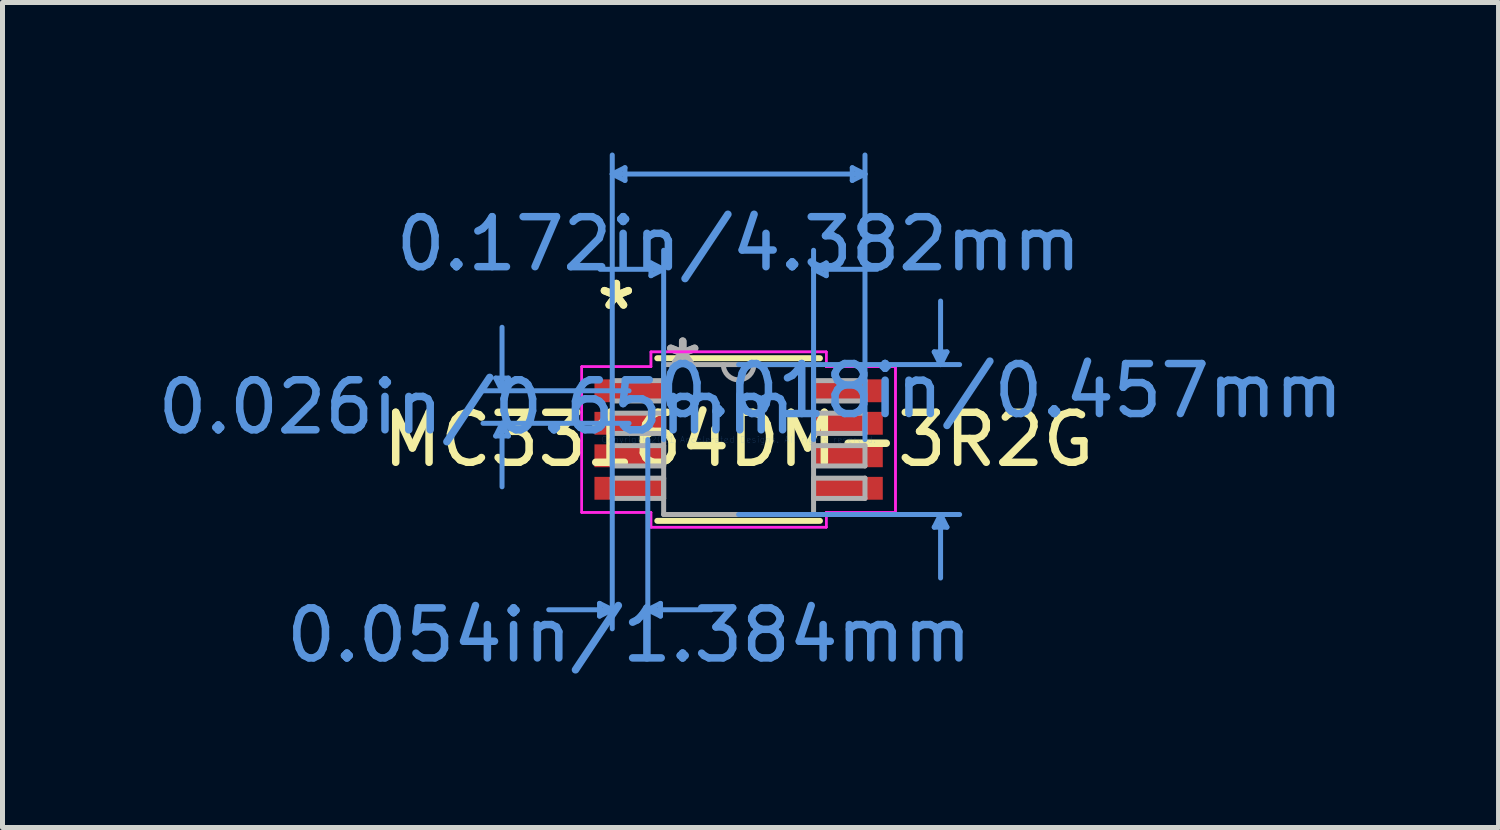
<source format=kicad_pcb>
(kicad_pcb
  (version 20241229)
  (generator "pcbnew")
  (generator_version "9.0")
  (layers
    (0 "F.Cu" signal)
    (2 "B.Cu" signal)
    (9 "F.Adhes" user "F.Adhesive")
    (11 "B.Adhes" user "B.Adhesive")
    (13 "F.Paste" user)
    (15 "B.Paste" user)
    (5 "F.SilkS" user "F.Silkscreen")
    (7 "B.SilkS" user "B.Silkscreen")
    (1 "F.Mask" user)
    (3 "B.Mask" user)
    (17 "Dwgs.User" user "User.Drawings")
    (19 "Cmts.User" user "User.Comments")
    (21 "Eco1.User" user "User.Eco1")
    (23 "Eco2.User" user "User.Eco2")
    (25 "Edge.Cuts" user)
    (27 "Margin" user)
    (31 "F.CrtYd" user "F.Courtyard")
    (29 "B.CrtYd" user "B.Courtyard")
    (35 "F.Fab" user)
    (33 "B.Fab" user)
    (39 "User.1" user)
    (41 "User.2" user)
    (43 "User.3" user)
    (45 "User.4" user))
  (footprint "MC33164DM-3R2G"
    (layer "F.Cu")
    (at 11.721 5.74)
    (property "Reference" "MC33164DM-3R2G" (at 0 0 0) (layer "F.SilkS") (effects (font (size 1 1) (thickness 0.15))))
    (attr through_hole)
    (fp_line (start -1.626 1.626) (end 1.626 1.626) (stroke (width 0.12) (type solid)) (layer "F.SilkS"))
    (fp_line (start 1.626 -1.626) (end -1.626 -1.626) (stroke (width 0.12) (type solid)) (layer "F.SilkS"))
    (fp_line (start -4.858 -1.229) (end -4.604 -1.229) (stroke (width 0.1) (type solid)) (layer "Cmts.User"))
    (fp_line (start -4.858 -0.071) (end -4.604 -0.071) (stroke (width 0.1) (type solid)) (layer "Cmts.User"))
    (fp_line (start -4.731 -0.975) (end -4.858 -1.229) (stroke (width 0.1) (type solid)) (layer "Cmts.User"))
    (fp_line (start -4.731 -0.975) (end -4.731 -2.245) (stroke (width 0.1) (type solid)) (layer "Cmts.User"))
    (fp_line (start -4.731 -0.975) (end -4.604 -1.229) (stroke (width 0.1) (type solid)) (layer "Cmts.User"))
    (fp_line (start -4.731 -0.325) (end -4.858 -0.071) (stroke (width 0.1) (type solid)) (layer "Cmts.User"))
    (fp_line (start -4.731 -0.325) (end -4.731 0.945) (stroke (width 0.1) (type solid)) (layer "Cmts.User"))
    (fp_line (start -4.731 -0.325) (end -4.604 -0.071) (stroke (width 0.1) (type solid)) (layer "Cmts.User"))
    (fp_line (start -2.781 3.277) (end -2.781 3.531) (stroke (width 0.1) (type solid)) (layer "Cmts.User"))
    (fp_line (start -2.527 -5.309) (end -2.273 -5.436) (stroke (width 0.1) (type solid)) (layer "Cmts.User"))
    (fp_line (start -2.527 -5.309) (end -2.273 -5.182) (stroke (width 0.1) (type solid)) (layer "Cmts.User"))
    (fp_line (start -2.527 -5.309) (end 2.527 -5.309) (stroke (width 0.1) (type solid)) (layer "Cmts.User"))
    (fp_line (start -2.527 0) (end -2.527 -5.69) (stroke (width 0.1) (type solid)) (layer "Cmts.User"))
    (fp_line (start -2.527 0) (end -2.527 3.785) (stroke (width 0.1) (type solid)) (layer "Cmts.User"))
    (fp_line (start -2.527 3.404) (end -3.797 3.404) (stroke (width 0.1) (type solid)) (layer "Cmts.User"))
    (fp_line (start -2.527 3.404) (end -2.781 3.277) (stroke (width 0.1) (type solid)) (layer "Cmts.User"))
    (fp_line (start -2.527 3.404) (end -2.781 3.531) (stroke (width 0.1) (type solid)) (layer "Cmts.User"))
    (fp_line (start -2.273 -5.436) (end -2.273 -5.182) (stroke (width 0.1) (type solid)) (layer "Cmts.User"))
    (fp_line (start -2.191 -0.975) (end -5.112 -0.975) (stroke (width 0.1) (type solid)) (layer "Cmts.User"))
    (fp_line (start -2.191 -0.325) (end -5.112 -0.325) (stroke (width 0.1) (type solid)) (layer "Cmts.User"))
    (fp_line (start -1.816 0) (end -1.816 3.785) (stroke (width 0.1) (type solid)) (layer "Cmts.User"))
    (fp_line (start -1.816 3.404) (end -1.562 3.277) (stroke (width 0.1) (type solid)) (layer "Cmts.User"))
    (fp_line (start -1.816 3.404) (end -1.562 3.531) (stroke (width 0.1) (type solid)) (layer "Cmts.User"))
    (fp_line (start -1.816 3.404) (end -0.546 3.404) (stroke (width 0.1) (type solid)) (layer "Cmts.User"))
    (fp_line (start -1.753 -3.531) (end -1.753 -3.277) (stroke (width 0.1) (type solid)) (layer "Cmts.User"))
    (fp_line (start -1.562 3.277) (end -1.562 3.531) (stroke (width 0.1) (type solid)) (layer "Cmts.User"))
    (fp_line (start -1.499 -3.404) (end -2.769 -3.404) (stroke (width 0.1) (type solid)) (layer "Cmts.User"))
    (fp_line (start -1.499 -3.404) (end -1.753 -3.531) (stroke (width 0.1) (type solid)) (layer "Cmts.User"))
    (fp_line (start -1.499 -3.404) (end -1.753 -3.277) (stroke (width 0.1) (type solid)) (layer "Cmts.User"))
    (fp_line (start -1.499 0) (end -1.499 -3.785) (stroke (width 0.1) (type solid)) (layer "Cmts.User"))
    (fp_line (start 0 -1.499) (end 4.42 -1.499) (stroke (width 0.1) (type solid)) (layer "Cmts.User"))
    (fp_line (start 0 1.499) (end 4.42 1.499) (stroke (width 0.1) (type solid)) (layer "Cmts.User"))
    (fp_line (start 1.499 -3.404) (end 1.753 -3.531) (stroke (width 0.1) (type solid)) (layer "Cmts.User"))
    (fp_line (start 1.499 -3.404) (end 1.753 -3.277) (stroke (width 0.1) (type solid)) (layer "Cmts.User"))
    (fp_line (start 1.499 -3.404) (end 2.769 -3.404) (stroke (width 0.1) (type solid)) (layer "Cmts.User"))
    (fp_line (start 1.499 0) (end 1.499 -3.785) (stroke (width 0.1) (type solid)) (layer "Cmts.User"))
    (fp_line (start 1.753 -3.531) (end 1.753 -3.277) (stroke (width 0.1) (type solid)) (layer "Cmts.User"))
    (fp_line (start 2.273 -5.436) (end 2.273 -5.182) (stroke (width 0.1) (type solid)) (layer "Cmts.User"))
    (fp_line (start 2.527 -5.309) (end 2.273 -5.436) (stroke (width 0.1) (type solid)) (layer "Cmts.User"))
    (fp_line (start 2.527 -5.309) (end 2.273 -5.182) (stroke (width 0.1) (type solid)) (layer "Cmts.User"))
    (fp_line (start 2.527 0) (end 2.527 -5.69) (stroke (width 0.1) (type solid)) (layer "Cmts.User"))
    (fp_line (start 3.912 -1.753) (end 4.166 -1.753) (stroke (width 0.1) (type solid)) (layer "Cmts.User"))
    (fp_line (start 3.912 1.753) (end 4.166 1.753) (stroke (width 0.1) (type solid)) (layer "Cmts.User"))
    (fp_line (start 4.039 -1.499) (end 3.912 -1.753) (stroke (width 0.1) (type solid)) (layer "Cmts.User"))
    (fp_line (start 4.039 -1.499) (end 4.039 -2.769) (stroke (width 0.1) (type solid)) (layer "Cmts.User"))
    (fp_line (start 4.039 -1.499) (end 4.166 -1.753) (stroke (width 0.1) (type solid)) (layer "Cmts.User"))
    (fp_line (start 4.039 1.499) (end 3.912 1.753) (stroke (width 0.1) (type solid)) (layer "Cmts.User"))
    (fp_line (start 4.039 1.499) (end 4.039 2.769) (stroke (width 0.1) (type solid)) (layer "Cmts.User"))
    (fp_line (start 4.039 1.499) (end 4.166 1.753) (stroke (width 0.1) (type solid)) (layer "Cmts.User"))
    (fp_line (start -3.137 -1.458) (end -1.753 -1.458) (stroke (width 0.05) (type solid)) (layer "F.CrtYd"))
    (fp_line (start -3.137 -1.458) (end -1.753 -1.458) (stroke (width 0.05) (type solid)) (layer "F.CrtYd"))
    (fp_line (start -3.137 1.458) (end -3.137 -1.458) (stroke (width 0.05) (type solid)) (layer "F.CrtYd"))
    (fp_line (start -3.137 1.458) (end -3.137 -1.458) (stroke (width 0.05) (type solid)) (layer "F.CrtYd"))
    (fp_line (start -3.137 1.458) (end -1.753 1.458) (stroke (width 0.05) (type solid)) (layer "F.CrtYd"))
    (fp_line (start -1.753 -1.753) (end 1.753 -1.753) (stroke (width 0.05) (type solid)) (layer "F.CrtYd"))
    (fp_line (start -1.753 -1.753) (end 1.753 -1.753) (stroke (width 0.05) (type solid)) (layer "F.CrtYd"))
    (fp_line (start -1.753 -1.458) (end -1.753 -1.753) (stroke (width 0.05) (type solid)) (layer "F.CrtYd"))
    (fp_line (start -1.753 -1.458) (end -1.753 -1.753) (stroke (width 0.05) (type solid)) (layer "F.CrtYd"))
    (fp_line (start -1.753 1.458) (end -3.137 1.458) (stroke (width 0.05) (type solid)) (layer "F.CrtYd"))
    (fp_line (start -1.753 1.753) (end -1.753 1.458) (stroke (width 0.05) (type solid)) (layer "F.CrtYd"))
    (fp_line (start -1.753 1.753) (end -1.753 1.458) (stroke (width 0.05) (type solid)) (layer "F.CrtYd"))
    (fp_line (start 1.753 -1.753) (end 1.753 -1.458) (stroke (width 0.05) (type solid)) (layer "F.CrtYd"))
    (fp_line (start 1.753 -1.753) (end 1.753 -1.458) (stroke (width 0.05) (type solid)) (layer "F.CrtYd"))
    (fp_line (start 1.753 -1.458) (end 3.137 -1.458) (stroke (width 0.05) (type solid)) (layer "F.CrtYd"))
    (fp_line (start 1.753 1.458) (end 1.753 1.753) (stroke (width 0.05) (type solid)) (layer "F.CrtYd"))
    (fp_line (start 1.753 1.458) (end 1.753 1.753) (stroke (width 0.05) (type solid)) (layer "F.CrtYd"))
    (fp_line (start 1.753 1.753) (end -1.753 1.753) (stroke (width 0.05) (type solid)) (layer "F.CrtYd"))
    (fp_line (start 1.753 1.753) (end -1.753 1.753) (stroke (width 0.05) (type solid)) (layer "F.CrtYd"))
    (fp_line (start 3.137 -1.458) (end 1.753 -1.458) (stroke (width 0.05) (type solid)) (layer "F.CrtYd"))
    (fp_line (start 3.137 -1.458) (end 3.137 1.458) (stroke (width 0.05) (type solid)) (layer "F.CrtYd"))
    (fp_line (start 3.137 -1.458) (end 3.137 1.458) (stroke (width 0.05) (type solid)) (layer "F.CrtYd"))
    (fp_line (start 3.137 1.458) (end 1.753 1.458) (stroke (width 0.05) (type solid)) (layer "F.CrtYd"))
    (fp_line (start 3.137 1.458) (end 1.753 1.458) (stroke (width 0.05) (type solid)) (layer "F.CrtYd"))
    (fp_line (start -2.527 -1.178) (end -2.527 -0.772) (stroke (width 0.1) (type solid)) (layer "F.Fab"))
    (fp_line (start -2.527 -0.772) (end -1.499 -0.772) (stroke (width 0.1) (type solid)) (layer "F.Fab"))
    (fp_line (start -2.527 -0.528) (end -2.527 -0.122) (stroke (width 0.1) (type solid)) (layer "F.Fab"))
    (fp_line (start -2.527 -0.122) (end -1.499 -0.122) (stroke (width 0.1) (type solid)) (layer "F.Fab"))
    (fp_line (start -2.527 0.122) (end -2.527 0.528) (stroke (width 0.1) (type solid)) (layer "F.Fab"))
    (fp_line (start -2.527 0.528) (end -1.499 0.528) (stroke (width 0.1) (type solid)) (layer "F.Fab"))
    (fp_line (start -2.527 0.772) (end -2.527 1.178) (stroke (width 0.1) (type solid)) (layer "F.Fab"))
    (fp_line (start -2.527 1.178) (end -1.499 1.178) (stroke (width 0.1) (type solid)) (layer "F.Fab"))
    (fp_line (start -1.499 -1.499) (end -1.499 1.499) (stroke (width 0.1) (type solid)) (layer "F.Fab"))
    (fp_line (start -1.499 -1.178) (end -2.527 -1.178) (stroke (width 0.1) (type solid)) (layer "F.Fab"))
    (fp_line (start -1.499 -0.772) (end -1.499 -1.178) (stroke (width 0.1) (type solid)) (layer "F.Fab"))
    (fp_line (start -1.499 -0.528) (end -2.527 -0.528) (stroke (width 0.1) (type solid)) (layer "F.Fab"))
    (fp_line (start -1.499 -0.122) (end -1.499 -0.528) (stroke (width 0.1) (type solid)) (layer "F.Fab"))
    (fp_line (start -1.499 0.122) (end -2.527 0.122) (stroke (width 0.1) (type solid)) (layer "F.Fab"))
    (fp_line (start -1.499 0.528) (end -1.499 0.122) (stroke (width 0.1) (type solid)) (layer "F.Fab"))
    (fp_line (start -1.499 0.772) (end -2.527 0.772) (stroke (width 0.1) (type solid)) (layer "F.Fab"))
    (fp_line (start -1.499 1.178) (end -1.499 0.772) (stroke (width 0.1) (type solid)) (layer "F.Fab"))
    (fp_line (start -1.499 1.499) (end 1.499 1.499) (stroke (width 0.1) (type solid)) (layer "F.Fab"))
    (fp_line (start 1.499 -1.499) (end -1.499 -1.499) (stroke (width 0.1) (type solid)) (layer "F.Fab"))
    (fp_line (start 1.499 -1.178) (end 1.499 -0.772) (stroke (width 0.1) (type solid)) (layer "F.Fab"))
    (fp_line (start 1.499 -0.772) (end 2.527 -0.772) (stroke (width 0.1) (type solid)) (layer "F.Fab"))
    (fp_line (start 1.499 -0.528) (end 1.499 -0.122) (stroke (width 0.1) (type solid)) (layer "F.Fab"))
    (fp_line (start 1.499 -0.122) (end 2.527 -0.122) (stroke (width 0.1) (type solid)) (layer "F.Fab"))
    (fp_line (start 1.499 0.122) (end 1.499 0.528) (stroke (width 0.1) (type solid)) (layer "F.Fab"))
    (fp_line (start 1.499 0.528) (end 2.527 0.528) (stroke (width 0.1) (type solid)) (layer "F.Fab"))
    (fp_line (start 1.499 0.772) (end 1.499 1.178) (stroke (width 0.1) (type solid)) (layer "F.Fab"))
    (fp_line (start 1.499 1.178) (end 2.527 1.178) (stroke (width 0.1) (type solid)) (layer "F.Fab"))
    (fp_line (start 1.499 1.499) (end 1.499 -1.499) (stroke (width 0.1) (type solid)) (layer "F.Fab"))
    (fp_line (start 2.527 -1.178) (end 1.499 -1.178) (stroke (width 0.1) (type solid)) (layer "F.Fab"))
    (fp_line (start 2.527 -0.772) (end 2.527 -1.178) (stroke (width 0.1) (type solid)) (layer "F.Fab"))
    (fp_line (start 2.527 -0.528) (end 1.499 -0.528) (stroke (width 0.1) (type solid)) (layer "F.Fab"))
    (fp_line (start 2.527 -0.122) (end 2.527 -0.528) (stroke (width 0.1) (type solid)) (layer "F.Fab"))
    (fp_line (start 2.527 0.122) (end 1.499 0.122) (stroke (width 0.1) (type solid)) (layer "F.Fab"))
    (fp_line (start 2.527 0.528) (end 2.527 0.122) (stroke (width 0.1) (type solid)) (layer "F.Fab"))
    (fp_line (start 2.527 0.772) (end 1.499 0.772) (stroke (width 0.1) (type solid)) (layer "F.Fab"))
    (fp_line (start 2.527 1.178) (end 2.527 0.772) (stroke (width 0.1) (type solid)) (layer "F.Fab"))
    (fp_arc (start 0.3048 -1.4986) (mid 0 -1.1938) (end -0.3048 -1.4986) (stroke (width 0.1) (type solid)) (layer "F.Fab"))
    (fp_text user "*" (at -2.445 -2.575 0) (layer "F.SilkS") (effects (font (size 1 1) (thickness 0.15))))
    (fp_text user "*" (at -2.445 -2.575 0) (layer "F.SilkS") (effects (font (size 1 1) (thickness 0.15))))
    (fp_text user "Copyright 2021 Accelerated Designs. All rights reserved." (at 0 0 0) (layer "Cmts.User") (effects (font (size 0.127 0.127) (thickness 0.002))))
    (fp_text user "0.026in/0.65mm" (at -5.239 -0.65 0) (layer "Cmts.User") (effects (font (size 1 1) (thickness 0.15))))
    (fp_text user "0.172in/4.382mm" (at 0 -3.912 0) (layer "Cmts.User") (effects (font (size 1 1) (thickness 0.15))))
    (fp_text user "0.018in/0.457mm" (at 5.239 -0.975 0) (layer "Cmts.User") (effects (font (size 1 1) (thickness 0.15))))
    (fp_text user "0.054in/1.384mm" (at -2.191 3.912 0) (layer "Cmts.User") (effects (font (size 1 1) (thickness 0.15))))
    (fp_text user "*" (at -1.118 -1.422 0) (layer "F.Fab") (effects (font (size 1 1) (thickness 0.15))))
    (fp_text user "*" (at -1.118 -1.422 0) (layer "F.Fab") (effects (font (size 1 1) (thickness 0.15))))
    (pad "1" smd rect (at -2.191 -0.975) (size 1.384 0.457) (layers "F.Cu" "F.Mask" "F.Paste"))
    (pad "2" smd rect (at -2.191 -0.325) (size 1.384 0.457) (layers "F.Cu" "F.Mask" "F.Paste"))
    (pad "3" smd rect (at -2.191 0.325) (size 1.384 0.457) (layers "F.Cu" "F.Mask" "F.Paste"))
    (pad "4" smd rect (at -2.191 0.975) (size 1.384 0.457) (layers "F.Cu" "F.Mask" "F.Paste"))
    (pad "5" smd rect (at 2.191 0.975) (size 1.384 0.457) (layers "F.Cu" "F.Mask" "F.Paste"))
    (pad "6" smd rect (at 2.191 0.325) (size 1.384 0.457) (layers "F.Cu" "F.Mask" "F.Paste"))
    (pad "7" smd rect (at 2.191 -0.325) (size 1.384 0.457) (layers "F.Cu" "F.Mask" "F.Paste"))
    (pad "8" smd rect (at 2.191 -0.975) (size 1.384 0.457) (layers "F.Cu" "F.Mask" "F.Paste")))
  (gr_rect
    (start -3 -3)
    (end 26.918 13.499)
    (stroke (width 0.1) (type default))
    (fill no)
    (layer "Edge.Cuts")))
</source>
